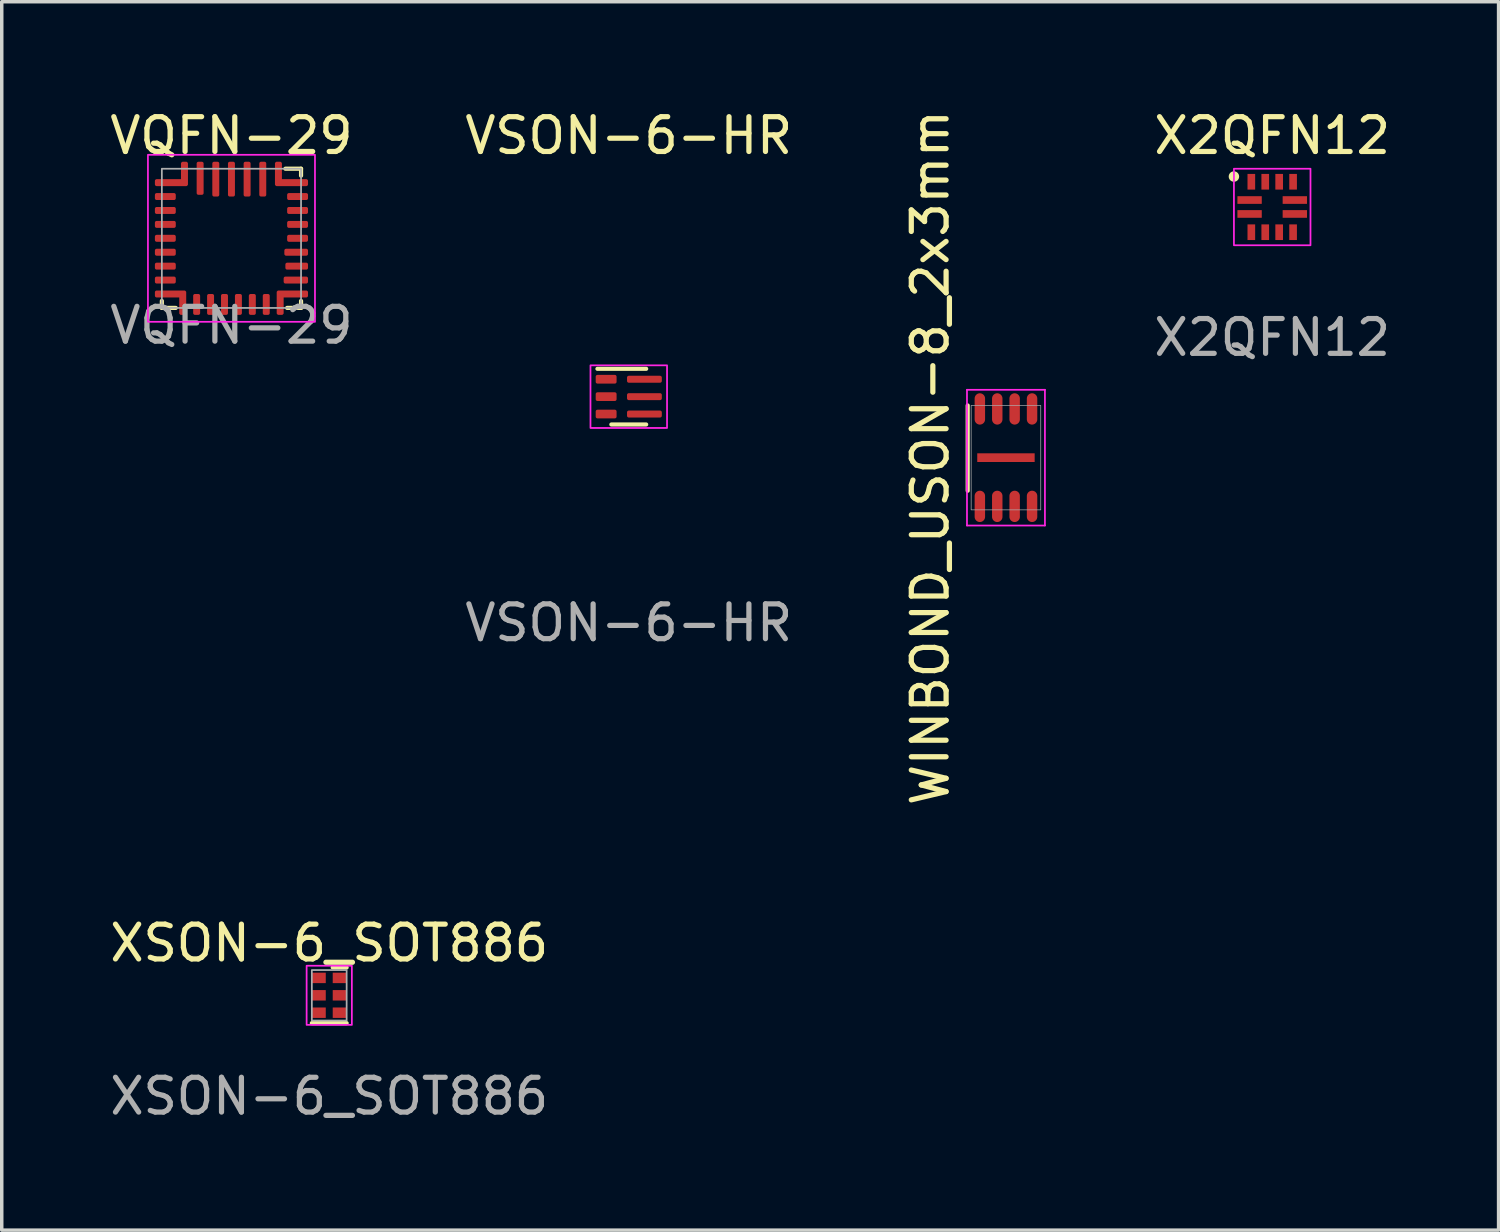
<source format=kicad_pcb>
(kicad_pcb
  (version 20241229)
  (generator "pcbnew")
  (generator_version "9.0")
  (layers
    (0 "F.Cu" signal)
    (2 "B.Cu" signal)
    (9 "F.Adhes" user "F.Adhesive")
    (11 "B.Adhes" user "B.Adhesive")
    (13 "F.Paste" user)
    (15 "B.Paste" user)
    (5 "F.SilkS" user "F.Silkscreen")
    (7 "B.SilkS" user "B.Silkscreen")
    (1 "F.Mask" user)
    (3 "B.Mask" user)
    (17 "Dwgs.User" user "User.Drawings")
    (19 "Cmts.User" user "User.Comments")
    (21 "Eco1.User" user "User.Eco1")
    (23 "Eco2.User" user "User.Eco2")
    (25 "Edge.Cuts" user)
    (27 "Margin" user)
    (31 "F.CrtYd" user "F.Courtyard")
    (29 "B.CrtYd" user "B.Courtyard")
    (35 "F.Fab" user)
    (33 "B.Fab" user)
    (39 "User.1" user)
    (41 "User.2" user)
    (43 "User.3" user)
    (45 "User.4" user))
  (footprint "XSON-6_SOT886"
    (layer "F.Cu")
    (at 6.411 25.551)
    (property "Reference" "XSON-6_SOT886" (at 0 -1.5 0) (unlocked yes) (layer "F.SilkS") (effects (font (size 1 1) (thickness 0.15))))
    (attr smd)
    (fp_line (start -0.5 0.8) (end 0.5 0.8) (stroke (width 0.12) (type solid)) (layer "F.SilkS"))
    (fp_line (start 0.1 -0.8) (end 0.5 -0.8) (stroke (width 0.12) (type solid)) (layer "F.SilkS"))
    (fp_rect (start -0.65 -0.85) (end 0.65 0.85) (stroke (width 0.05) (type solid)) (fill no) (layer "F.CrtYd"))
    (fp_rect (start -0.5 -0.725) (end 0.5 0.725) (stroke (width 0.05) (type solid)) (fill no) (layer "F.Fab"))
    (fp_text user "${REFERENCE}" (at 0 2.9 0) (unlocked yes) (layer "F.Fab") (effects (font (size 1 1) (thickness 0.15))))
    (pad "1" smd rect (at -0.3 -0.5) (size 0.4 0.3) (layers "F.Cu" "F.Mask" "F.Paste"))
    (pad "2" smd rect (at -0.3 0) (size 0.4 0.3) (layers "F.Cu" "F.Mask" "F.Paste"))
    (pad "3" smd rect (at -0.3 0.5) (size 0.4 0.3) (layers "F.Cu" "F.Mask" "F.Paste"))
    (pad "4" smd rect (at 0.3 0.5) (size 0.4 0.3) (layers "F.Cu" "F.Mask" "F.Paste"))
    (pad "5" smd rect (at 0.3 0) (size 0.4 0.3) (layers "F.Cu" "F.Mask" "F.Paste"))
    (pad "6" smd rect (at 0.3 -0.5) (size 0.4 0.3) (layers "F.Cu" "F.Mask" "F.Paste")))
  (footprint "VQFN-29"
    (layer "F.Cu")
    (at 3.601 3.798)
    (property "Reference" "VQFN-29" (at 0 -2.95 0) (unlocked yes) (layer "F.SilkS") (effects (font (size 1 1) (thickness 0.15))))
    (attr smd)
    (fp_line (start -2 1.8) (end -2 2) (stroke (width 0.12) (type solid)) (layer "F.SilkS"))
    (fp_line (start -2 2) (end -1.6 2) (stroke (width 0.12) (type solid)) (layer "F.SilkS"))
    (fp_line (start 1.6 2) (end 2 2) (stroke (width 0.12) (type solid)) (layer "F.SilkS"))
    (fp_line (start 2 -2) (end 1.55 -2) (stroke (width 0.12) (type solid)) (layer "F.SilkS"))
    (fp_line (start 2 -1.8) (end 2 -2) (stroke (width 0.12) (type solid)) (layer "F.SilkS"))
    (fp_line (start 2 2) (end 2 1.8) (stroke (width 0.12) (type solid)) (layer "F.SilkS"))
    (fp_rect (start -2.4 -2.4) (end 2.4 2.4) (stroke (width 0.05) (type solid)) (fill no) (layer "F.CrtYd"))
    (fp_rect (start -2 -2) (end 2 2) (stroke (width 0.05) (type solid)) (fill no) (layer "F.Fab"))
    (fp_text user "${REFERENCE}" (at 0 2.5 0) (unlocked yes) (layer "F.Fab") (effects (font (size 1 1) (thickness 0.15))))
    (pad "1" smd custom (at -1.9 -1.6) (size 0.2 0.2) (layers "F.Cu" "F.Mask" "F.Paste") (options (anchor circle)) (primitives (gr_poly (pts (xy -0.3 -0.05) (xy -0.296 -0.069) (xy -0.285 -0.085) (xy -0.269 -0.096) (xy -0.25 -0.1) (xy 0.25 -0.1) (xy 0.269 -0.096) (xy 0.285 -0.085) (xy 0.296 -0.069) (xy 0.3 -0.05) (xy 0.3 0.05) (xy 0.296 0.069) (xy 0.285 0.085) (xy 0.269 0.096) (xy 0.25 0.1) (xy -0.25 0.1) (xy -0.269 0.096) (xy -0.285 0.085) (xy -0.296 0.069) (xy -0.3 0.05)) (width 0) (fill yes)) (gr_rect (start -0.25 -0.05) (end 0.6 0.05) (width 0.1) (fill yes)) (gr_rect (start 0.5 -0.55) (end 0.6 0.05) (width 0.1) (fill yes))))
    (pad "2" smd roundrect (at -1.9 -1.2) (size 0.6 0.2) (layers "F.Cu" "F.Mask" "F.Paste") (roundrect_rratio 0.25))
    (pad "3" smd roundrect (at -1.9 -0.8) (size 0.6 0.2) (layers "F.Cu" "F.Mask" "F.Paste") (roundrect_rratio 0.25))
    (pad "4" smd roundrect (at -1.9 -0.4) (size 0.6 0.2) (layers "F.Cu" "F.Mask" "F.Paste") (roundrect_rratio 0.25))
    (pad "5" smd roundrect (at -1.9 0) (size 0.6 0.2) (layers "F.Cu" "F.Mask" "F.Paste") (roundrect_rratio 0.25))
    (pad "6" smd roundrect (at -1.9 0.4) (size 0.6 0.2) (layers "F.Cu" "F.Mask" "F.Paste") (roundrect_rratio 0.25))
    (pad "7" smd roundrect (at -1.9 0.8) (size 0.6 0.2) (layers "F.Cu" "F.Mask" "F.Paste") (roundrect_rratio 0.25))
    (pad "8" smd roundrect (at -1.9 1.2) (size 0.6 0.2) (layers "F.Cu" "F.Mask" "F.Paste") (roundrect_rratio 0.25))
    (pad "9" smd custom (at -1.9 1.6 180) (size 0.2 0.2) (layers "F.Cu" "F.Mask" "F.Paste") (options (anchor circle)) (primitives (gr_poly (pts (xy -0.3 -0.05) (xy -0.296 -0.069) (xy -0.285 -0.085) (xy -0.269 -0.096) (xy -0.25 -0.1) (xy 0.25 -0.1) (xy 0.269 -0.096) (xy 0.285 -0.085) (xy 0.296 -0.069) (xy 0.3 -0.05) (xy 0.3 0.05) (xy 0.296 0.069) (xy 0.285 0.085) (xy 0.269 0.096) (xy 0.25 0.1) (xy -0.25 0.1) (xy -0.269 0.096) (xy -0.285 0.085) (xy -0.296 0.069) (xy -0.3 0.05)) (width 0) (fill yes)) (gr_rect (start -0.55 -0.05) (end 0.25 0.05) (width 0.1) (fill yes)) (gr_rect (start -0.55 -0.55) (end -0.45 0.05) (width 0.1) (fill yes))))
    (pad "10" smd roundrect (at -1 1.9 90) (size 0.6 0.2) (layers "F.Cu" "F.Mask" "F.Paste") (roundrect_rratio 0.25))
    (pad "11" smd roundrect (at -0.6 1.9 90) (size 0.6 0.2) (layers "F.Cu" "F.Mask" "F.Paste") (roundrect_rratio 0.25))
    (pad "12" smd roundrect (at -0.2 1.9 90) (size 0.6 0.2) (layers "F.Cu" "F.Mask" "F.Paste") (roundrect_rratio 0.25))
    (pad "13" smd roundrect (at 0.2 1.9 90) (size 0.6 0.2) (layers "F.Cu" "F.Mask" "F.Paste") (roundrect_rratio 0.25))
    (pad "14" smd roundrect (at 0.6 1.9 90) (size 0.6 0.2) (layers "F.Cu" "F.Mask" "F.Paste") (roundrect_rratio 0.25))
    (pad "15" smd roundrect (at 1 1.9 90) (size 0.6 0.2) (layers "F.Cu" "F.Mask" "F.Paste") (roundrect_rratio 0.25))
    (pad "16" smd custom (at 1.9 1.6 180) (size 0.2 0.2) (layers "F.Cu" "F.Mask" "F.Paste") (options (anchor circle)) (primitives (gr_rect (start -0.25 -0.05) (end 0.55 0.05) (width 0.1) (fill yes)) (gr_rect (start 0.45 -0.55) (end 0.55 0.05) (width 0.1) (fill yes)) (gr_poly (pts (xy -0.3 -0.05) (xy -0.296 -0.069) (xy -0.285 -0.085) (xy -0.269 -0.096) (xy -0.25 -0.1) (xy 0.25 -0.1) (xy 0.269 -0.096) (xy 0.285 -0.085) (xy 0.296 -0.069) (xy 0.3 -0.05) (xy 0.3 0.05) (xy 0.296 0.069) (xy 0.285 0.085) (xy 0.269 0.096) (xy 0.25 0.1) (xy -0.25 0.1) (xy -0.269 0.096) (xy -0.285 0.085) (xy -0.296 0.069) (xy -0.3 0.05)) (width 0) (fill yes))))
    (pad "17" smd roundrect (at 1.85 1.2) (size 0.7 0.2) (layers "F.Cu" "F.Mask" "F.Paste") (roundrect_rratio 0.25))
    (pad "18" smd roundrect (at 1.875 0.8) (size 0.65 0.2) (layers "F.Cu" "F.Mask" "F.Paste") (roundrect_rratio 0.25))
    (pad "19" smd roundrect (at 1.86 0.4) (size 0.68 0.2) (layers "F.Cu" "F.Mask" "F.Paste") (roundrect_rratio 0.25))
    (pad "20" smd roundrect (at 1.9 0 180) (size 0.6 0.2) (layers "F.Cu" "F.Mask" "F.Paste") (roundrect_rratio 0.25))
    (pad "21" smd roundrect (at 1.9 -0.4 180) (size 0.6 0.2) (layers "F.Cu" "F.Mask" "F.Paste") (roundrect_rratio 0.25))
    (pad "22" smd roundrect (at 1.9 -0.8 180) (size 0.6 0.2) (layers "F.Cu" "F.Mask" "F.Paste") (roundrect_rratio 0.25))
    (pad "23" smd roundrect (at 1.9 -1.2 180) (size 0.6 0.2) (layers "F.Cu" "F.Mask" "F.Paste") (roundrect_rratio 0.25))
    (pad "24" smd custom (at 1.9 -1.6) (size 0.2 0.2) (layers "F.Cu" "F.Mask" "F.Paste") (options (anchor circle)) (primitives (gr_rect (start -0.6 -0.05) (end 0.25 0.05) (width 0.1) (fill yes)) (gr_rect (start -0.6 -0.55) (end -0.5 0.05) (width 0.1) (fill yes)) (gr_poly (pts (xy -0.3 -0.05) (xy -0.296 -0.069) (xy -0.285 -0.085) (xy -0.269 -0.096) (xy -0.25 -0.1) (xy 0.25 -0.1) (xy 0.269 -0.096) (xy 0.285 -0.085) (xy 0.296 -0.069) (xy 0.3 -0.05) (xy 0.3 0.05) (xy 0.296 0.069) (xy 0.285 0.085) (xy 0.269 0.096) (xy 0.25 0.1) (xy -0.25 0.1) (xy -0.269 0.096) (xy -0.285 0.085) (xy -0.296 0.069) (xy -0.3 0.05)) (width 0) (fill yes))))
    (pad "25" smd roundrect (at 0.9 -1.7) (size 0.2 1) (layers "F.Cu" "F.Mask" "F.Paste") (roundrect_rratio 0.25))
    (pad "26" smd roundrect (at 0.45 -1.7) (size 0.2 1) (layers "F.Cu" "F.Mask" "F.Paste") (roundrect_rratio 0.25))
    (pad "27" smd roundrect (at 0 -1.7) (size 0.2 1) (layers "F.Cu" "F.Mask" "F.Paste") (roundrect_rratio 0.25))
    (pad "28" smd roundrect (at -0.45 -1.7) (size 0.2 1) (layers "F.Cu" "F.Mask" "F.Paste") (roundrect_rratio 0.25))
    (pad "29" smd roundrect (at -0.9 -1.725) (size 0.2 0.95) (layers "F.Cu" "F.Mask" "F.Paste") (roundrect_rratio 0.25)))
  (footprint "X2QFN12"
    (layer "F.Cu")
    (at 33.508 2.898)
    (property "Reference" "X2QFN12" (at 0 -2.05 0) (unlocked yes) (layer "F.SilkS") (effects (font (size 1 1) (thickness 0.15))))
    (attr smd)
    (fp_circle (center -1.1 -0.875) (end -0.95 -0.875) (stroke (width 0) (type solid)) (fill yes) (layer "F.SilkS"))
    (fp_rect (start -1.1 -1.1) (end 1.1 1.1) (stroke (width 0.05) (type solid)) (fill no) (layer "F.CrtYd"))
    (fp_text user "${REFERENCE}" (at 0 3.75 0) (unlocked yes) (layer "F.Fab") (effects (font (size 1 1) (thickness 0.15))))
    (pad "1" smd rect (at -0.65 -0.2) (size 0.7 0.22) (layers "F.Cu" "F.Mask" "F.Paste"))
    (pad "2" smd rect (at -0.65 0.2) (size 0.7 0.22) (layers "F.Cu" "F.Mask" "F.Paste"))
    (pad "3" smd rect (at -0.6 0.725) (size 0.22 0.45) (layers "F.Cu" "F.Mask" "F.Paste"))
    (pad "4" smd rect (at -0.2 0.725) (size 0.22 0.45) (layers "F.Cu" "F.Mask" "F.Paste"))
    (pad "5" smd rect (at 0.2 0.725) (size 0.22 0.45) (layers "F.Cu" "F.Mask" "F.Paste"))
    (pad "6" smd rect (at 0.6 0.725) (size 0.22 0.45) (layers "F.Cu" "F.Mask" "F.Paste"))
    (pad "7" smd rect (at 0.65 0.2) (size 0.7 0.22) (layers "F.Cu" "F.Mask" "F.Paste"))
    (pad "8" smd rect (at 0.65 -0.2) (size 0.7 0.22) (layers "F.Cu" "F.Mask" "F.Paste"))
    (pad "9" smd rect (at 0.6 -0.725) (size 0.22 0.45) (layers "F.Cu" "F.Mask" "F.Paste"))
    (pad "10" smd rect (at 0.2 -0.725) (size 0.22 0.45) (layers "F.Cu" "F.Mask" "F.Paste"))
    (pad "11" smd rect (at -0.2 -0.725) (size 0.22 0.45) (layers "F.Cu" "F.Mask" "F.Paste"))
    (pad "12" smd rect (at -0.6 -0.725) (size 0.22 0.45) (layers "F.Cu" "F.Mask" "F.Paste")))
  (footprint "VSON-6-HR"
    (layer "F.Cu")
    (at 15.018 8.348)
    (property "Reference" "VSON-6-HR" (at 0 -7.5 0) (unlocked yes) (layer "F.SilkS") (effects (font (size 1 1) (thickness 0.15))))
    (attr smd)
    (fp_line (start -0.9 -0.8) (end 0.5 -0.8) (stroke (width 0.12) (type solid)) (layer "F.SilkS"))
    (fp_line (start 0.5 0.8) (end -0.5 0.8) (stroke (width 0.12) (type solid)) (layer "F.SilkS"))
    (fp_rect (start -1.1 -0.9) (end 1.1 0.9) (stroke (width 0.05) (type solid)) (fill no) (layer "F.CrtYd"))
    (fp_text user "${REFERENCE}" (at 0 6.5 0) (unlocked yes) (layer "F.Fab") (effects (font (size 1 1) (thickness 0.15))))
    (pad "1" smd roundrect (at -0.65 -0.5) (size 0.6 0.25) (layers "F.Cu" "F.Mask" "F.Paste") (roundrect_rratio 0.2))
    (pad "2" smd roundrect (at -0.65 0) (size 0.6 0.25) (layers "F.Cu" "F.Mask" "F.Paste") (roundrect_rratio 0.2))
    (pad "3" smd roundrect (at -0.65 0.5) (size 0.6 0.25) (layers "F.Cu" "F.Mask" "F.Paste") (roundrect_rratio 0.2))
    (pad "4" smd roundrect (at 0.45 0.5) (size 1 0.2) (layers "F.Cu" "F.Mask" "F.Paste") (roundrect_rratio 0.25))
    (pad "5" smd roundrect (at 0.45 0) (size 1 0.2) (layers "F.Cu" "F.Mask" "F.Paste") (roundrect_rratio 0.25))
    (pad "6" smd roundrect (at 0.45 -0.5) (size 1 0.2) (layers "F.Cu" "F.Mask" "F.Paste") (roundrect_rratio 0.25)))
  (footprint "WINBOND_USON-8_2x3mm"
    (layer "F.Cu")
    (at 25.857 10.101)
    (property "Reference" "WINBOND_USON-8_2x3mm" (at -2.175 0 90) (layer "F.SilkS") (effects (font (size 1 1) (thickness 0.15))))
    (attr smd)
    (fp_line (start -1.1 -1.5) (end -1.1 0.95) (stroke (width 0.12) (type solid)) (layer "F.SilkS"))
    (fp_line (start -1.12 -1.95) (end 1.12 -1.95) (stroke (width 0.05) (type solid)) (layer "F.CrtYd"))
    (fp_line (start -1.12 1.95) (end -1.12 -1.95) (stroke (width 0.05) (type solid)) (layer "F.CrtYd"))
    (fp_line (start 1.12 -1.95) (end 1.12 1.95) (stroke (width 0.05) (type solid)) (layer "F.CrtYd"))
    (fp_line (start 1.12 1.95) (end -1.12 1.95) (stroke (width 0.05) (type solid)) (layer "F.CrtYd"))
    (fp_rect (start -1 -1.5) (end 1 1.5) (stroke (width 0.02) (type solid)) (fill no) (layer "F.Fab"))
    (pad "1" smd oval (at -0.75 1.4) (size 0.3 0.9) (layers "F.Cu" "F.Mask" "F.Paste"))
    (pad "2" smd oval (at -0.25 1.4) (size 0.3 0.9) (layers "F.Cu" "F.Mask" "F.Paste"))
    (pad "3" smd oval (at 0.25 1.4) (size 0.3 0.9) (layers "F.Cu" "F.Mask" "F.Paste"))
    (pad "4" smd oval (at 0.75 1.4) (size 0.3 0.9) (layers "F.Cu" "F.Mask" "F.Paste"))
    (pad "5" smd oval (at 0.75 -1.4) (size 0.3 0.9) (layers "F.Cu" "F.Mask" "F.Paste"))
    (pad "6" smd oval (at 0.25 -1.4) (size 0.3 0.9) (layers "F.Cu" "F.Mask" "F.Paste"))
    (pad "7" smd oval (at -0.25 -1.4) (size 0.3 0.9) (layers "F.Cu" "F.Mask" "F.Paste"))
    (pad "8" smd oval (at -0.75 -1.4) (size 0.3 0.9) (layers "F.Cu" "F.Mask" "F.Paste"))
    (pad "9" smd rect (at 0 0) (size 1.65 0.25) (layers "F.Cu" "F.Mask" "F.Paste")))
  (gr_rect
    (start -3 -3)
    (end 40.013 32.299)
    (stroke (width 0.1) (type default))
    (fill no)
    (layer "Edge.Cuts")))
</source>
